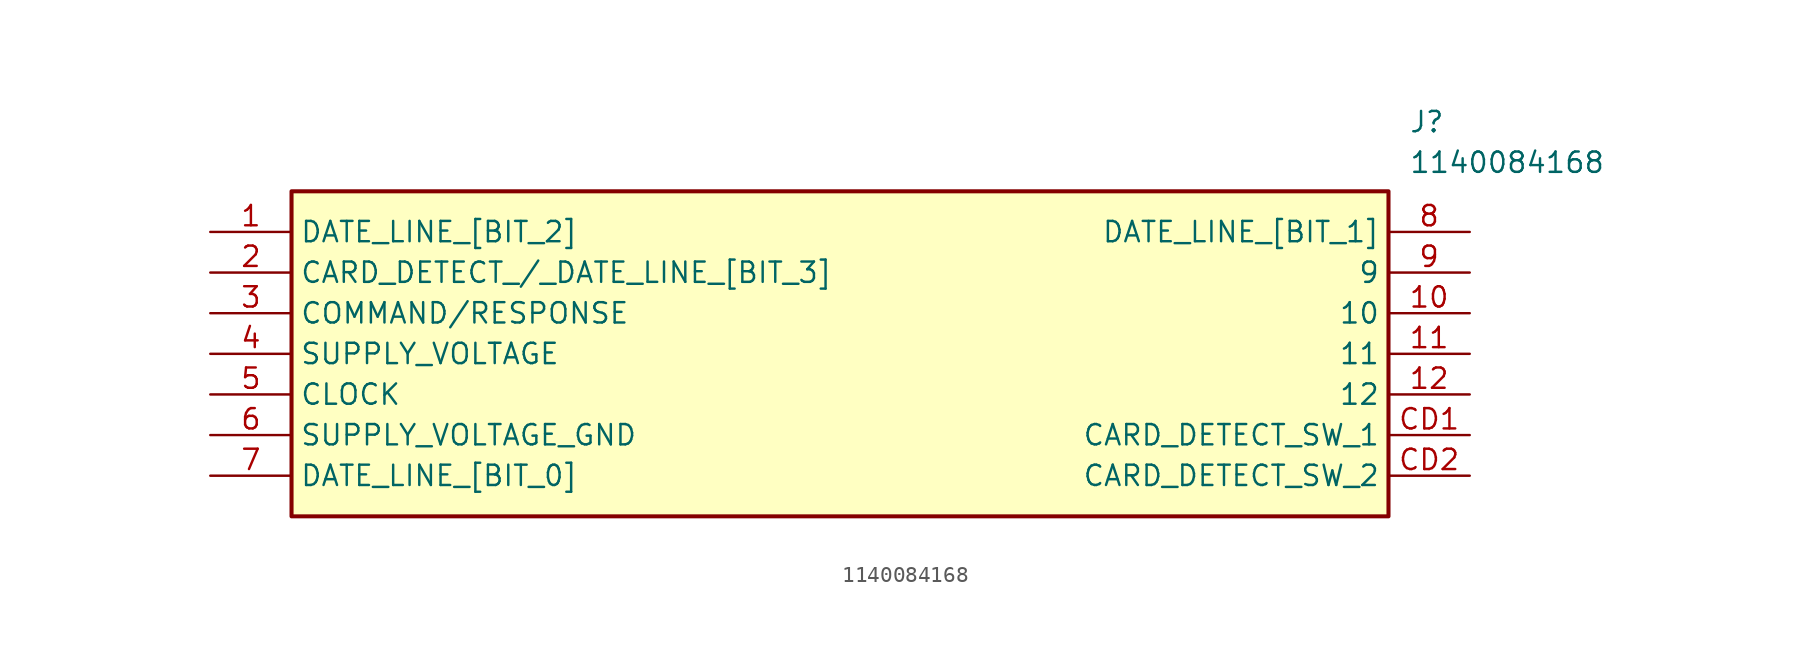
<source format=kicad_sym>
(kicad_symbol_lib
  (version 20211014)
  (generator SamacSys_ECAD_Model)
  (symbol "1140084168"
    (property "Reference" "J"
      (at 74.93 7.62 0)
      (effects (font (size 1.27 1.27)) (justify left top)))
    (property "Value" "1140084168"
      (at 74.93 5.08 0)
      (effects (font (size 1.27 1.27)) (justify left top)))
    (rectangle
      (start 5.08 2.54)
      (end 73.66 -17.78)
      (stroke (width 0.254) (type default))
      (fill (type background)))
    (pin passive line
      (at 0 0 0)
      (length 5.08)
      (name "DATE_LINE_[BIT_2]" (effects (font (size 1.27 1.27))))
      (number "1" (effects (font (size 1.27 1.27)))))
    (pin passive line
      (at 0 -2.54 0)
      (length 5.08)
      (name "CARD_DETECT_/_DATE_LINE_[BIT_3]" (effects (font (size 1.27 1.27))))
      (number "2" (effects (font (size 1.27 1.27)))))
    (pin passive line
      (at 0 -5.08 0)
      (length 5.08)
      (name "COMMAND/RESPONSE" (effects (font (size 1.27 1.27))))
      (number "3" (effects (font (size 1.27 1.27)))))
    (pin passive line
      (at 0 -7.62 0)
      (length 5.08)
      (name "SUPPLY_VOLTAGE" (effects (font (size 1.27 1.27))))
      (number "4" (effects (font (size 1.27 1.27)))))
    (pin passive line
      (at 0 -10.16 0)
      (length 5.08)
      (name "CLOCK" (effects (font (size 1.27 1.27))))
      (number "5" (effects (font (size 1.27 1.27)))))
    (pin passive line
      (at 0 -12.7 0)
      (length 5.08)
      (name "SUPPLY_VOLTAGE_GND" (effects (font (size 1.27 1.27))))
      (number "6" (effects (font (size 1.27 1.27)))))
    (pin passive line
      (at 0 -15.24 0)
      (length 5.08)
      (name "DATE_LINE_[BIT_0]" (effects (font (size 1.27 1.27))))
      (number "7" (effects (font (size 1.27 1.27)))))
    (pin passive line
      (at 78.74 0 180)
      (length 5.08)
      (name "DATE_LINE_[BIT_1]" (effects (font (size 1.27 1.27))))
      (number "8" (effects (font (size 1.27 1.27)))))
    (pin passive line
      (at 78.74 -2.54 180)
      (length 5.08)
      (name "9" (effects (font (size 1.27 1.27))))
      (number "9" (effects (font (size 1.27 1.27)))))
    (pin passive line
      (at 78.74 -5.08 180)
      (length 5.08)
      (name "10" (effects (font (size 1.27 1.27))))
      (number "10" (effects (font (size 1.27 1.27)))))
    (pin passive line
      (at 78.74 -7.62 180)
      (length 5.08)
      (name "11" (effects (font (size 1.27 1.27))))
      (number "11" (effects (font (size 1.27 1.27)))))
    (pin passive line
      (at 78.74 -10.16 180)
      (length 5.08)
      (name "12" (effects (font (size 1.27 1.27))))
      (number "12" (effects (font (size 1.27 1.27)))))
    (pin passive line
      (at 78.74 -12.7 180)
      (length 5.08)
      (name "CARD_DETECT_SW_1" (effects (font (size 1.27 1.27))))
      (number "CD1" (effects (font (size 1.27 1.27)))))
    (pin passive line
      (at 78.74 -15.24 180)
      (length 5.08)
      (name "CARD_DETECT_SW_2" (effects (font (size 1.27 1.27))))
      (number "CD2" (effects (font (size 1.27 1.27)))))))
</source>
